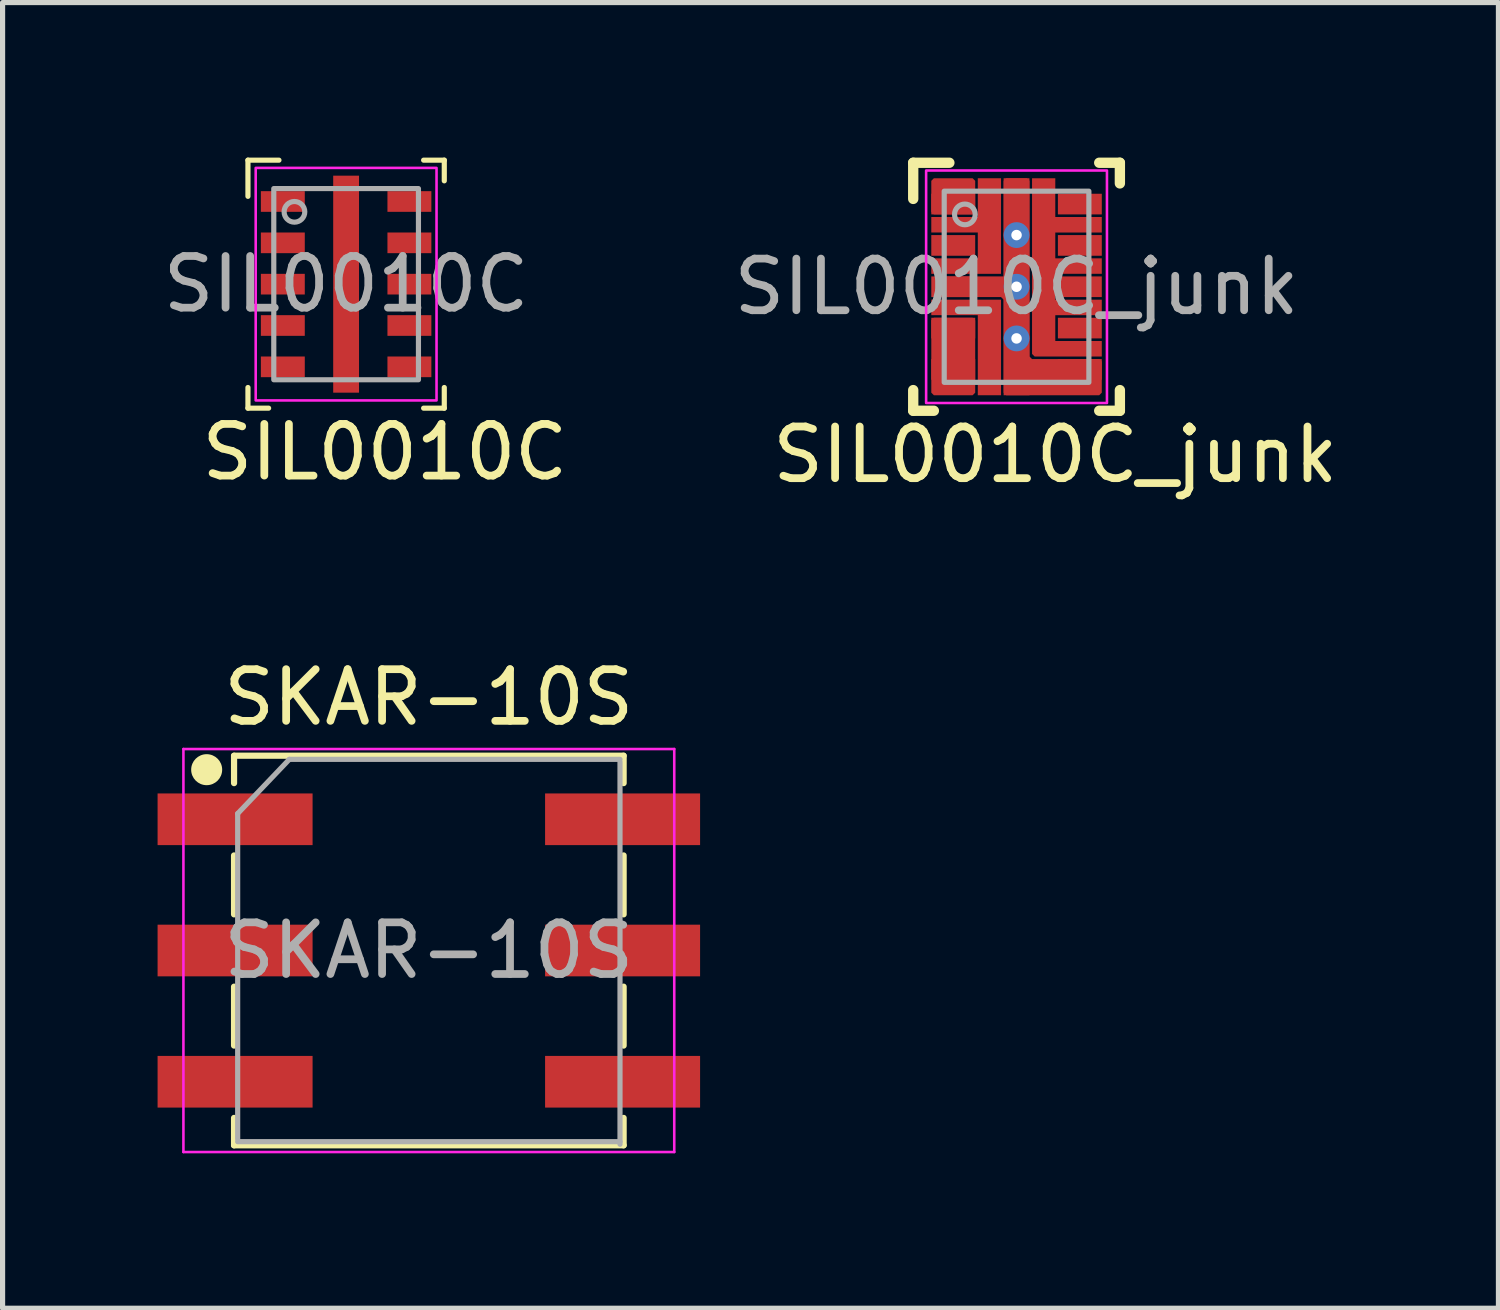
<source format=kicad_pcb>
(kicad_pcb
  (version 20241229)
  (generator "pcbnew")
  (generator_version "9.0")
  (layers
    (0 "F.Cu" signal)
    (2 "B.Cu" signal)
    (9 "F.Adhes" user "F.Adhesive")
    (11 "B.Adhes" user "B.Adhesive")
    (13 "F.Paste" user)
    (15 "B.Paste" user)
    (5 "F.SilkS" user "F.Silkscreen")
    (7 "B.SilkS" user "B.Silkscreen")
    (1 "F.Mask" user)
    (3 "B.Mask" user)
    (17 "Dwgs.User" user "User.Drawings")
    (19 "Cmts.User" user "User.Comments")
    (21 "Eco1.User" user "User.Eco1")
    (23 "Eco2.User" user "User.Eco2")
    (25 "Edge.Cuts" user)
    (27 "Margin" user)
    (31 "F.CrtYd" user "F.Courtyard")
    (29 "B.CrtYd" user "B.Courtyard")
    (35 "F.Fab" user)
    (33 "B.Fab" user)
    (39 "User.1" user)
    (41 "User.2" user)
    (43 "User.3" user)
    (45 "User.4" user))
  (footprint "SIL0010C"
    (layer "F.Cu")
    (at 3.649 2.45)
    (property "Reference" "SIL0010C" (at 0.75 3.25 0) (unlocked yes) (layer "F.SilkS") (effects (font (size 1 1) (thickness 0.15))))
    (attr smd)
    (fp_line (start -1.9 -2.4) (end -1.3 -2.4) (stroke (width 0.1) (type solid)) (layer "F.SilkS"))
    (fp_line (start -1.9 -1.7) (end -1.9 -2.4) (stroke (width 0.1) (type solid)) (layer "F.SilkS"))
    (fp_line (start -1.9 2.4) (end -1.9 2) (stroke (width 0.1) (type solid)) (layer "F.SilkS"))
    (fp_line (start -1.9 2.4) (end -1.5 2.4) (stroke (width 0.1) (type solid)) (layer "F.SilkS"))
    (fp_line (start 1.5 -2.4) (end 1.9 -2.4) (stroke (width 0.1) (type solid)) (layer "F.SilkS"))
    (fp_line (start 1.5 2.4) (end 1.9 2.4) (stroke (width 0.1) (type solid)) (layer "F.SilkS"))
    (fp_line (start 1.9 -2) (end 1.9 -2.4) (stroke (width 0.1) (type solid)) (layer "F.SilkS"))
    (fp_line (start 1.9 2.4) (end 1.9 2) (stroke (width 0.1) (type solid)) (layer "F.SilkS"))
    (fp_poly (pts (xy -0.2 -1.15) (xy -0.15 -1.1) (xy 0.15 -1.1) (xy 0.2 -1.15) (xy 0.2 -1.85) (xy 0.15 -1.9) (xy -0.15 -1.9) (xy -0.2 -1.85)) (stroke (width 0) (type solid)) (fill yes) (layer "F.Paste"))
    (fp_poly (pts (xy -0.2 -0.15) (xy -0.15 -0.1) (xy 0.15 -0.1) (xy 0.2 -0.15) (xy 0.2 -0.85) (xy 0.15 -0.9) (xy -0.15 -0.9) (xy -0.2 -0.85)) (stroke (width 0) (type solid)) (fill yes) (layer "F.Paste"))
    (fp_poly (pts (xy 0.2 0.15) (xy 0.15 0.1) (xy -0.15 0.1) (xy -0.2 0.15) (xy -0.2 0.85) (xy -0.15 0.9) (xy 0.15 0.9) (xy 0.2 0.85)) (stroke (width 0) (type solid)) (fill yes) (layer "F.Paste"))
    (fp_poly (pts (xy 0.2 1.15) (xy 0.15 1.1) (xy -0.15 1.1) (xy -0.2 1.15) (xy -0.2 1.85) (xy -0.15 1.9) (xy 0.15 1.9) (xy 0.2 1.85)) (stroke (width 0) (type solid)) (fill yes) (layer "F.Paste"))
    (fp_rect (start -1.75 -2.25) (end 1.75 2.25) (stroke (width 0.05) (type default)) (fill no) (layer "F.CrtYd"))
    (fp_rect (start -1.4 -1.85) (end 1.4 1.85) (stroke (width 0.1) (type solid)) (fill no) (layer "F.Fab"))
    (fp_circle (center -1 -1.4) (end -0.8 -1.4) (stroke (width 0.1) (type solid)) (fill no) (layer "F.Fab"))
    (fp_text user "${REFERENCE}" (at 0 0 0) (unlocked yes) (layer "F.Fab") (effects (font (size 1 1) (thickness 0.15))))
    (pad "1" smd rect (at -1.225 -1.6) (size 0.85 0.4) (layers "F.Cu" "F.Mask" "F.Paste"))
    (pad "2" smd rect (at -1.225 -0.8) (size 0.85 0.4) (layers "F.Cu" "F.Mask" "F.Paste"))
    (pad "3" smd rect (at -1.225 -0.000003) (size 0.85 0.4) (layers "F.Cu" "F.Mask" "F.Paste"))
    (pad "4" smd rect (at -1.225 0.8) (size 0.85 0.4) (layers "F.Cu" "F.Mask" "F.Paste"))
    (pad "5" smd rect (at -1.225 1.6) (size 0.85 0.4) (layers "F.Cu" "F.Mask" "F.Paste"))
    (pad "6" smd rect (at 1.225 1.6) (size 0.85 0.4) (layers "F.Cu" "F.Mask" "F.Paste"))
    (pad "7" smd rect (at 1.225 0.8) (size 0.85 0.4) (layers "F.Cu" "F.Mask" "F.Paste"))
    (pad "8" smd rect (at 1.225 0.000003) (size 0.85 0.4) (layers "F.Cu" "F.Mask" "F.Paste"))
    (pad "9" smd rect (at 1.225 -0.8) (size 0.85 0.4) (layers "F.Cu" "F.Mask" "F.Paste"))
    (pad "10" smd rect (at 1.225 -1.6) (size 0.85 0.4) (layers "F.Cu" "F.Mask" "F.Paste"))
    (pad "11" smd rect (at 0 0 90) (size 4.2 0.5) (layers "F.Cu" "F.Mask"))
    (zone (net_name "") (layer "F.Cu") (hatch edge 0.5) (connect_pads) (min_thickness 0.25) (filled_areas_thickness no) (keepout (tracks not_allowed) (vias not_allowed) (pads not_allowed) (copperpour allowed) (footprints allowed)) (placement (enabled no)) (fill) (polygon (pts (xy 1.999 3) (xy 1.999 2.7) (xy 3.349 2.7) (xy 3.349 4.55) (xy 2.899 4.55) (xy 2.899 3))))
    (zone (net_name "") (layer "F.Cu") (hatch edge 0.5) (connect_pads) (min_thickness 0.25) (filled_areas_thickness no) (keepout (tracks not_allowed) (vias not_allowed) (pads not_allowed) (copperpour allowed) (footprints allowed)) (placement (enabled no)) (fill) (polygon (pts (xy 1.999 1.9) (xy 2.899 1.9) (xy 2.899 1.4) (xy 1.999 1.4) (xy 1.999 1.1) (xy 2.899 1.1) (xy 2.899 0.35) (xy 3.349 0.35) (xy 3.349 2.2) (xy 1.999 2.2))))
    (zone (net_name "") (layer "F.Cu") (hatch edge 0.5) (connect_pads) (min_thickness 0.25) (filled_areas_thickness no) (keepout (tracks not_allowed) (vias not_allowed) (pads not_allowed) (copperpour allowed) (footprints allowed)) (placement (enabled no)) (fill) (polygon (pts (xy 5.299 1.1) (xy 5.299 1.4) (xy 4.399 1.4) (xy 4.399 1.9) (xy 5.299 1.9) (xy 5.299 2.2) (xy 4.399 2.2) (xy 4.399 2.7) (xy 5.299 2.7) (xy 5.299 3) (xy 4.399 3) (xy 4.399 3.5) (xy 5.299 3.5) (xy 5.299 3.8) (xy 3.999 3.8) (xy 3.949 3.75) (xy 3.949 0.35) (xy 4.399 0.35) (xy 4.399 1.1)))))
  (footprint "SIL0010C_junk"
    (layer "F.Cu")
    (at 16.625 2.5)
    (property "Reference" "SIL0010C_junk" (at 0.75 3.25 0) (unlocked yes) (layer "F.SilkS") (effects (font (size 1 1) (thickness 0.15))))
    (attr smd)
    (fp_poly (pts (xy -1.65 0.55) (xy -1.65 0.25) (xy -0.3 0.25) (xy -0.3 2.1) (xy -0.75 2.1) (xy -0.75 0.55)) (stroke (width 0) (type solid)) (fill yes) (layer "F.Cu"))
    (fp_poly (pts (xy -1.6 0.6) (xy -0.85 0.6) (xy -0.8 0.65) (xy -0.8 2.05) (xy -0.85 2.1) (xy -1.6 2.1) (xy -1.65 2.05) (xy -1.65 0.65)) (stroke (width 0) (type solid)) (fill yes) (layer "F.Cu"))
    (fp_poly (pts (xy -1.6 -1.4) (xy -0.85 -1.4) (xy -0.8 -1.45) (xy -0.8 -2.05) (xy -0.85 -2.1) (xy -1.6 -2.1) (xy -1.65 -2.05) (xy -1.65 -1.45)) (stroke (width 0) (type solid)) (fill yes) (layer "F.Cu"))
    (fp_poly (pts (xy -1.65 -0.55) (xy -0.75 -0.55) (xy -0.75 -1.05) (xy -1.65 -1.05) (xy -1.65 -1.35) (xy -0.75 -1.35) (xy -0.75 -2.1) (xy -0.3 -2.1) (xy -0.3 -0.25) (xy -1.65 -0.25)) (stroke (width 0) (type solid)) (fill yes) (layer "F.Cu"))
    (fp_poly (pts (xy -0.2 -2.1) (xy 0.2 -2.1) (xy 0.25 -2.05) (xy 0.25 1.35) (xy 0.3 1.4) (xy 1.6 1.4) (xy 1.65 1.45) (xy 1.65 2.05) (xy 1.6 2.1) (xy -0.2 2.1) (xy -0.25 2.05) (xy -0.25 0.25) (xy -0.3 0.2) (xy -1.375 0.2) (xy -1.375 -0.2) (xy -0.25 -0.2) (xy -0.25 -2.05)) (stroke (width 0) (type solid)) (fill yes) (layer "F.Cu"))
    (fp_poly (pts (xy 1.65 -1.35) (xy 1.65 -1.05) (xy 0.75 -1.05) (xy 0.75 -0.55) (xy 1.65 -0.55) (xy 1.65 -0.25) (xy 0.75 -0.25) (xy 0.75 0.25) (xy 1.65 0.25) (xy 1.65 0.55) (xy 0.75 0.55) (xy 0.75 1.05) (xy 1.65 1.05) (xy 1.65 1.35) (xy 0.35 1.35) (xy 0.3 1.3) (xy 0.3 -2.1) (xy 0.75 -2.1) (xy 0.75 -1.35)) (stroke (width 0) (type solid)) (fill yes) (layer "F.Cu"))
    (fp_line (start -2 -2.4) (end -1.3 -2.4) (stroke (width 0.2) (type solid)) (layer "F.SilkS"))
    (fp_line (start -2 -1.7) (end -2 -2.4) (stroke (width 0.2) (type solid)) (layer "F.SilkS"))
    (fp_line (start -2 2.4) (end -2 2) (stroke (width 0.2) (type solid)) (layer "F.SilkS"))
    (fp_line (start -2 2.4) (end -1.6 2.4) (stroke (width 0.2) (type solid)) (layer "F.SilkS"))
    (fp_line (start 1.6 -2.4) (end 2 -2.4) (stroke (width 0.2) (type solid)) (layer "F.SilkS"))
    (fp_line (start 1.6 2.4) (end 2 2.4) (stroke (width 0.2) (type solid)) (layer "F.SilkS"))
    (fp_line (start 2 -2) (end 2 -2.4) (stroke (width 0.2) (type solid)) (layer "F.SilkS"))
    (fp_line (start 2 2.4) (end 2 2) (stroke (width 0.2) (type solid)) (layer "F.SilkS"))
    (fp_poly (pts (xy -0.2 -1.15) (xy -0.15 -1.1) (xy 0.15 -1.1) (xy 0.2 -1.15) (xy 0.2 -1.85) (xy 0.15 -1.9) (xy -0.15 -1.9) (xy -0.2 -1.85)) (stroke (width 0) (type solid)) (fill yes) (layer "F.Paste"))
    (fp_poly (pts (xy -0.2 -0.15) (xy -0.15 -0.1) (xy 0.15 -0.1) (xy 0.2 -0.15) (xy 0.2 -0.85) (xy 0.15 -0.9) (xy -0.15 -0.9) (xy -0.2 -0.85)) (stroke (width 0) (type solid)) (fill yes) (layer "F.Paste"))
    (fp_poly (pts (xy 0.2 0.15) (xy 0.15 0.1) (xy -0.15 0.1) (xy -0.2 0.15) (xy -0.2 0.85) (xy -0.15 0.9) (xy 0.15 0.9) (xy 0.2 0.85)) (stroke (width 0) (type solid)) (fill yes) (layer "F.Paste"))
    (fp_poly (pts (xy 0.2 1.15) (xy 0.15 1.1) (xy -0.15 1.1) (xy -0.2 1.15) (xy -0.2 1.85) (xy -0.15 1.9) (xy 0.15 1.9) (xy 0.2 1.85)) (stroke (width 0) (type solid)) (fill yes) (layer "F.Paste"))
    (fp_rect (start -1.75 -2.25) (end 1.75 2.25) (stroke (width 0.05) (type default)) (fill no) (layer "F.CrtYd"))
    (fp_rect (start -1.4 -1.85) (end 1.4 1.85) (stroke (width 0.1) (type solid)) (fill no) (layer "F.Fab"))
    (fp_circle (center -1 -1.4) (end -0.8 -1.4) (stroke (width 0.1) (type solid)) (fill no) (layer "F.Fab"))
    (fp_text user "${REFERENCE}" (at 0 0 0) (unlocked yes) (layer "F.Fab") (effects (font (size 1 1) (thickness 0.15))))
    (pad "1" smd rect (at -1.225 -1.6) (size 0.85 0.4) (layers "F.Cu" "F.Mask" "F.Paste"))
    (pad "2" smd rect (at -1.225 -0.8) (size 0.85 0.4) (layers "F.Cu" "F.Mask" "F.Paste"))
    (pad "3" smd rect (at -1.225 -0.000003) (size 0.85 0.4) (layers "F.Cu" "F.Mask" "F.Paste"))
    (pad "4" smd rect (at -1.225 0.8) (size 0.85 0.4) (layers "F.Cu" "F.Mask" "F.Paste"))
    (pad "5" smd rect (at -1.225 1.6) (size 0.85 0.4) (layers "F.Cu" "F.Mask" "F.Paste"))
    (pad "6" smd rect (at 1.225 1.6) (size 0.85 0.4) (layers "F.Cu" "F.Mask" "F.Paste"))
    (pad "7" smd rect (at 1.225 0.8) (size 0.85 0.4) (layers "F.Cu" "F.Mask" "F.Paste"))
    (pad "8" smd rect (at 1.225 0.000003) (size 0.85 0.4) (layers "F.Cu" "F.Mask" "F.Paste"))
    (pad "9" smd rect (at 1.225 -0.8) (size 0.85 0.4) (layers "F.Cu" "F.Mask" "F.Paste"))
    (pad "10" smd rect (at 1.225 -1.6) (size 0.85 0.4) (layers "F.Cu" "F.Mask" "F.Paste"))
    (pad "11" smd rect (at 0 0 90) (size 4.2 0.5) (layers "F.Cu" "F.Mask"))
    (pad "V" thru_hole circle (at 0 -1) (size 0.5 0.5) (drill 0.203) (layers "*.Cu" "*.Mask"))
    (pad "V" thru_hole circle (at 0 0) (size 0.5 0.5) (drill 0.203) (layers "*.Cu" "*.Mask"))
    (pad "V" thru_hole circle (at 0 1) (size 0.5 0.5) (drill 0.203) (layers "*.Cu" "*.Mask")))
  (footprint "SKAR-10S"
    (layer "F.Cu")
    (at 5.25 15.347)
    (property "Reference" "SKAR-10S" (at 0 -4.9 0) (layer "F.SilkS") (effects (font (size 1 1) (thickness 0.15))))
    (attr smd)
    (fp_line (start -3.77 -3.77) (end 3.77 -3.77) (stroke (width 0.12) (type solid)) (layer "F.SilkS"))
    (fp_line (start -3.77 -3.24) (end -3.77 -3.77) (stroke (width 0.12) (type solid)) (layer "F.SilkS"))
    (fp_line (start -3.77 -1.84) (end -3.77 -0.7) (stroke (width 0.12) (type solid)) (layer "F.SilkS"))
    (fp_line (start -3.77 0.7) (end -3.77 1.84) (stroke (width 0.12) (type solid)) (layer "F.SilkS"))
    (fp_line (start -3.77 3.24) (end -3.77 3.77) (stroke (width 0.12) (type solid)) (layer "F.SilkS"))
    (fp_line (start -3.77 3.77) (end 3.77 3.77) (stroke (width 0.12) (type solid)) (layer "F.SilkS"))
    (fp_line (start 3.77 -3.77) (end 3.77 -3.24) (stroke (width 0.12) (type solid)) (layer "F.SilkS"))
    (fp_line (start 3.77 -1.84) (end 3.77 -0.7) (stroke (width 0.12) (type solid)) (layer "F.SilkS"))
    (fp_line (start 3.77 0.7) (end 3.77 1.84) (stroke (width 0.12) (type solid)) (layer "F.SilkS"))
    (fp_line (start 3.77 3.77) (end 3.77 3.24) (stroke (width 0.12) (type solid)) (layer "F.SilkS"))
    (fp_circle (center -4.3 -3.5) (end -4.05 -3.5) (stroke (width 0.1) (type solid)) (fill yes) (layer "F.SilkS"))
    (fp_line (start -4.75 -3.9) (end -4.75 3.9) (stroke (width 0.05) (type solid)) (layer "F.CrtYd"))
    (fp_line (start -4.75 3.9) (end 4.75 3.9) (stroke (width 0.05) (type solid)) (layer "F.CrtYd"))
    (fp_line (start 4.75 -3.9) (end -4.75 -3.9) (stroke (width 0.05) (type solid)) (layer "F.CrtYd"))
    (fp_line (start 4.75 3.9) (end 4.75 -3.9) (stroke (width 0.05) (type solid)) (layer "F.CrtYd"))
    (fp_line (start -3.7 -2.65) (end -2.7 -3.7) (stroke (width 0.1) (type solid)) (layer "F.Fab"))
    (fp_line (start -3.7 3.65) (end -3.7 -2.65) (stroke (width 0.1) (type solid)) (layer "F.Fab"))
    (fp_line (start -2.7 -3.7) (end 3.7 -3.7) (stroke (width 0.1) (type solid)) (layer "F.Fab"))
    (fp_line (start 3.7 -3.65) (end 3.7 3.75) (stroke (width 0.1) (type solid)) (layer "F.Fab"))
    (fp_line (start 3.7 3.7) (end -3.7 3.7) (stroke (width 0.1) (type solid)) (layer "F.Fab"))
    (fp_text user "${REFERENCE}" (at 0 0 0) (layer "F.Fab") (effects (font (size 1 1) (thickness 0.15))))
    (pad "1" smd rect (at -3.75 -2.54) (size 3 1) (layers "F.Cu" "F.Mask" "F.Paste"))
    (pad "2" smd rect (at 3.75 2.54) (size 3 1) (layers "F.Cu" "F.Mask" "F.Paste"))
    (pad "4" smd rect (at -3.75 2.54) (size 3 1) (layers "F.Cu" "F.Mask" "F.Paste"))
    (pad "8" smd rect (at 3.75 -2.54) (size 3 1) (layers "F.Cu" "F.Mask" "F.Paste"))
    (pad "C" smd rect (at -3.75 0) (size 3 1) (layers "F.Cu" "F.Mask" "F.Paste"))
    (pad "C" smd rect (at 3.75 0) (size 3 1) (layers "F.Cu" "F.Mask" "F.Paste")))
  (gr_rect
    (start -3 -3)
    (end 25.952 22.271)
    (stroke (width 0.1) (type default))
    (fill no)
    (layer "Edge.Cuts")))
</source>
